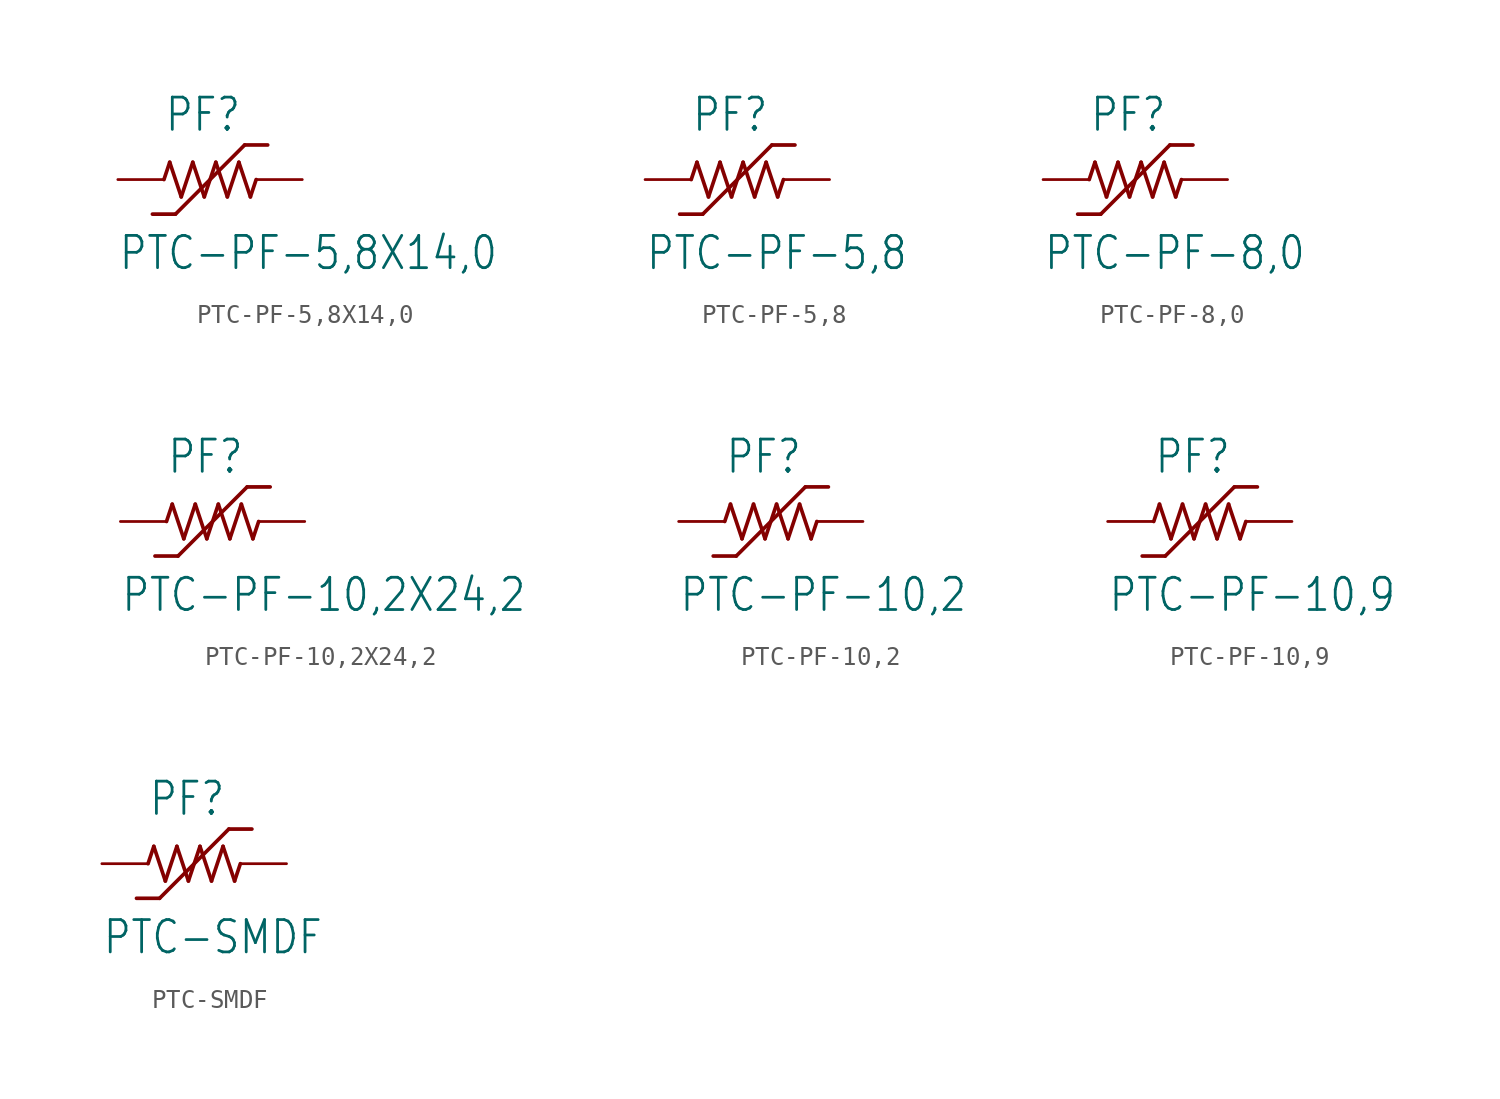
<source format=kicad_sym>
(kicad_symbol_lib
  (version 20211014)
  (generator kicad_symbol_editor)
  (symbol "PTC-PF-5,8X14,0"
    (property "Reference" "PF"
      (at -2.54 2.54 0)
      (effects (font (size 1.778 1.511)) (justify left bottom)))
    (property "Value" "PTC-PF-5,8X14,0"
      (at -5.08 -5.08 0)
      (effects (font (size 1.778 1.511)) (justify left bottom)))
    (property "ki_locked" ""
      (at 0 0 0)
      (effects (font (size 1.27 1.27))))
    (symbol "PTC-PF-5,8X14,0_1_0"
      (polyline (pts (xy -2.54 0) (xy -2.223 0.953)) (stroke (width 0.203) (type default) (color 0 0 0 0)) (fill (type none)))
      (polyline (pts (xy -2.223 0.953) (xy -1.587 -0.953)) (stroke (width 0.203) (type default) (color 0 0 0 0)) (fill (type none)))
      (polyline (pts (xy -1.905 -1.905) (xy -3.175 -1.905)) (stroke (width 0.203) (type default) (color 0 0 0 0)) (fill (type none)))
      (polyline (pts (xy -1.587 -0.953) (xy -0.953 0.953)) (stroke (width 0.203) (type default) (color 0 0 0 0)) (fill (type none)))
      (polyline (pts (xy -0.953 0.953) (xy -0.318 -0.953)) (stroke (width 0.203) (type default) (color 0 0 0 0)) (fill (type none)))
      (polyline (pts (xy -0.318 -0.953) (xy 0.318 0.953)) (stroke (width 0.203) (type default) (color 0 0 0 0)) (fill (type none)))
      (polyline (pts (xy 0.318 0.953) (xy 0.953 -0.953)) (stroke (width 0.203) (type default) (color 0 0 0 0)) (fill (type none)))
      (polyline (pts (xy 0.953 -0.953) (xy 1.587 0.953)) (stroke (width 0.203) (type default) (color 0 0 0 0)) (fill (type none)))
      (polyline (pts (xy 1.587 0.953) (xy 2.223 -0.953)) (stroke (width 0.203) (type default) (color 0 0 0 0)) (fill (type none)))
      (polyline (pts (xy 1.905 1.905) (xy -1.905 -1.905)) (stroke (width 0.203) (type default) (color 0 0 0 0)) (fill (type none)))
      (polyline (pts (xy 2.223 -0.953) (xy 2.54 0)) (stroke (width 0.203) (type default) (color 0 0 0 0)) (fill (type none)))
      (polyline (pts (xy 3.175 1.905) (xy 1.905 1.905)) (stroke (width 0.203) (type default) (color 0 0 0 0)) (fill (type none)))
      (pin passive line (at -5.08 0 0) (length 2.54) (name "1" (effects (font (size 0 0)))) (number "1" (effects (font (size 0 0)))))
      (pin passive line (at 5.08 0 180) (length 2.54) (name "2" (effects (font (size 0 0)))) (number "2" (effects (font (size 0 0)))))))
  (symbol "PTC-PF-5,8"
    (property "Reference" "PF"
      (at -2.54 2.54 0)
      (effects (font (size 1.778 1.511)) (justify left bottom)))
    (property "Value" "PTC-PF-5,8"
      (at -5.08 -5.08 0)
      (effects (font (size 1.778 1.511)) (justify left bottom)))
    (property "ki_locked" ""
      (at 0 0 0)
      (effects (font (size 1.27 1.27))))
    (symbol "PTC-PF-5,8_1_0"
      (polyline (pts (xy -2.54 0) (xy -2.223 0.953)) (stroke (width 0.203) (type default) (color 0 0 0 0)) (fill (type none)))
      (polyline (pts (xy -2.223 0.953) (xy -1.587 -0.953)) (stroke (width 0.203) (type default) (color 0 0 0 0)) (fill (type none)))
      (polyline (pts (xy -1.905 -1.905) (xy -3.175 -1.905)) (stroke (width 0.203) (type default) (color 0 0 0 0)) (fill (type none)))
      (polyline (pts (xy -1.587 -0.953) (xy -0.953 0.953)) (stroke (width 0.203) (type default) (color 0 0 0 0)) (fill (type none)))
      (polyline (pts (xy -0.953 0.953) (xy -0.318 -0.953)) (stroke (width 0.203) (type default) (color 0 0 0 0)) (fill (type none)))
      (polyline (pts (xy -0.318 -0.953) (xy 0.318 0.953)) (stroke (width 0.203) (type default) (color 0 0 0 0)) (fill (type none)))
      (polyline (pts (xy 0.318 0.953) (xy 0.953 -0.953)) (stroke (width 0.203) (type default) (color 0 0 0 0)) (fill (type none)))
      (polyline (pts (xy 0.953 -0.953) (xy 1.587 0.953)) (stroke (width 0.203) (type default) (color 0 0 0 0)) (fill (type none)))
      (polyline (pts (xy 1.587 0.953) (xy 2.223 -0.953)) (stroke (width 0.203) (type default) (color 0 0 0 0)) (fill (type none)))
      (polyline (pts (xy 1.905 1.905) (xy -1.905 -1.905)) (stroke (width 0.203) (type default) (color 0 0 0 0)) (fill (type none)))
      (polyline (pts (xy 2.223 -0.953) (xy 2.54 0)) (stroke (width 0.203) (type default) (color 0 0 0 0)) (fill (type none)))
      (polyline (pts (xy 3.175 1.905) (xy 1.905 1.905)) (stroke (width 0.203) (type default) (color 0 0 0 0)) (fill (type none)))
      (pin passive line (at -5.08 0 0) (length 2.54) (name "1" (effects (font (size 0 0)))) (number "1" (effects (font (size 0 0)))))
      (pin passive line (at 5.08 0 180) (length 2.54) (name "2" (effects (font (size 0 0)))) (number "2" (effects (font (size 0 0)))))))
  (symbol "PTC-PF-8,0"
    (property "Reference" "PF"
      (at -2.54 2.54 0)
      (effects (font (size 1.778 1.511)) (justify left bottom)))
    (property "Value" "PTC-PF-8,0"
      (at -5.08 -5.08 0)
      (effects (font (size 1.778 1.511)) (justify left bottom)))
    (property "ki_locked" ""
      (at 0 0 0)
      (effects (font (size 1.27 1.27))))
    (symbol "PTC-PF-8,0_1_0"
      (polyline (pts (xy -2.54 0) (xy -2.223 0.953)) (stroke (width 0.203) (type default) (color 0 0 0 0)) (fill (type none)))
      (polyline (pts (xy -2.223 0.953) (xy -1.587 -0.953)) (stroke (width 0.203) (type default) (color 0 0 0 0)) (fill (type none)))
      (polyline (pts (xy -1.905 -1.905) (xy -3.175 -1.905)) (stroke (width 0.203) (type default) (color 0 0 0 0)) (fill (type none)))
      (polyline (pts (xy -1.587 -0.953) (xy -0.953 0.953)) (stroke (width 0.203) (type default) (color 0 0 0 0)) (fill (type none)))
      (polyline (pts (xy -0.953 0.953) (xy -0.318 -0.953)) (stroke (width 0.203) (type default) (color 0 0 0 0)) (fill (type none)))
      (polyline (pts (xy -0.318 -0.953) (xy 0.318 0.953)) (stroke (width 0.203) (type default) (color 0 0 0 0)) (fill (type none)))
      (polyline (pts (xy 0.318 0.953) (xy 0.953 -0.953)) (stroke (width 0.203) (type default) (color 0 0 0 0)) (fill (type none)))
      (polyline (pts (xy 0.953 -0.953) (xy 1.587 0.953)) (stroke (width 0.203) (type default) (color 0 0 0 0)) (fill (type none)))
      (polyline (pts (xy 1.587 0.953) (xy 2.223 -0.953)) (stroke (width 0.203) (type default) (color 0 0 0 0)) (fill (type none)))
      (polyline (pts (xy 1.905 1.905) (xy -1.905 -1.905)) (stroke (width 0.203) (type default) (color 0 0 0 0)) (fill (type none)))
      (polyline (pts (xy 2.223 -0.953) (xy 2.54 0)) (stroke (width 0.203) (type default) (color 0 0 0 0)) (fill (type none)))
      (polyline (pts (xy 3.175 1.905) (xy 1.905 1.905)) (stroke (width 0.203) (type default) (color 0 0 0 0)) (fill (type none)))
      (pin passive line (at -5.08 0 0) (length 2.54) (name "1" (effects (font (size 0 0)))) (number "1" (effects (font (size 0 0)))))
      (pin passive line (at 5.08 0 180) (length 2.54) (name "2" (effects (font (size 0 0)))) (number "2" (effects (font (size 0 0)))))))
  (symbol "PTC-PF-10,2X24,2"
    (property "Reference" "PF"
      (at -2.54 2.54 0)
      (effects (font (size 1.778 1.511)) (justify left bottom)))
    (property "Value" "PTC-PF-10,2X24,2"
      (at -5.08 -5.08 0)
      (effects (font (size 1.778 1.511)) (justify left bottom)))
    (property "ki_locked" ""
      (at 0 0 0)
      (effects (font (size 1.27 1.27))))
    (symbol "PTC-PF-10,2X24,2_1_0"
      (polyline (pts (xy -2.54 0) (xy -2.223 0.953)) (stroke (width 0.203) (type default) (color 0 0 0 0)) (fill (type none)))
      (polyline (pts (xy -2.223 0.953) (xy -1.587 -0.953)) (stroke (width 0.203) (type default) (color 0 0 0 0)) (fill (type none)))
      (polyline (pts (xy -1.905 -1.905) (xy -3.175 -1.905)) (stroke (width 0.203) (type default) (color 0 0 0 0)) (fill (type none)))
      (polyline (pts (xy -1.587 -0.953) (xy -0.953 0.953)) (stroke (width 0.203) (type default) (color 0 0 0 0)) (fill (type none)))
      (polyline (pts (xy -0.953 0.953) (xy -0.318 -0.953)) (stroke (width 0.203) (type default) (color 0 0 0 0)) (fill (type none)))
      (polyline (pts (xy -0.318 -0.953) (xy 0.318 0.953)) (stroke (width 0.203) (type default) (color 0 0 0 0)) (fill (type none)))
      (polyline (pts (xy 0.318 0.953) (xy 0.953 -0.953)) (stroke (width 0.203) (type default) (color 0 0 0 0)) (fill (type none)))
      (polyline (pts (xy 0.953 -0.953) (xy 1.587 0.953)) (stroke (width 0.203) (type default) (color 0 0 0 0)) (fill (type none)))
      (polyline (pts (xy 1.587 0.953) (xy 2.223 -0.953)) (stroke (width 0.203) (type default) (color 0 0 0 0)) (fill (type none)))
      (polyline (pts (xy 1.905 1.905) (xy -1.905 -1.905)) (stroke (width 0.203) (type default) (color 0 0 0 0)) (fill (type none)))
      (polyline (pts (xy 2.223 -0.953) (xy 2.54 0)) (stroke (width 0.203) (type default) (color 0 0 0 0)) (fill (type none)))
      (polyline (pts (xy 3.175 1.905) (xy 1.905 1.905)) (stroke (width 0.203) (type default) (color 0 0 0 0)) (fill (type none)))
      (pin passive line (at -5.08 0 0) (length 2.54) (name "1" (effects (font (size 0 0)))) (number "1" (effects (font (size 0 0)))))
      (pin passive line (at 5.08 0 180) (length 2.54) (name "2" (effects (font (size 0 0)))) (number "2" (effects (font (size 0 0)))))))
  (symbol "PTC-PF-10,2"
    (property "Reference" "PF"
      (at -2.54 2.54 0)
      (effects (font (size 1.778 1.511)) (justify left bottom)))
    (property "Value" "PTC-PF-10,2"
      (at -5.08 -5.08 0)
      (effects (font (size 1.778 1.511)) (justify left bottom)))
    (property "ki_locked" ""
      (at 0 0 0)
      (effects (font (size 1.27 1.27))))
    (symbol "PTC-PF-10,2_1_0"
      (polyline (pts (xy -2.54 0) (xy -2.223 0.953)) (stroke (width 0.203) (type default) (color 0 0 0 0)) (fill (type none)))
      (polyline (pts (xy -2.223 0.953) (xy -1.587 -0.953)) (stroke (width 0.203) (type default) (color 0 0 0 0)) (fill (type none)))
      (polyline (pts (xy -1.905 -1.905) (xy -3.175 -1.905)) (stroke (width 0.203) (type default) (color 0 0 0 0)) (fill (type none)))
      (polyline (pts (xy -1.587 -0.953) (xy -0.953 0.953)) (stroke (width 0.203) (type default) (color 0 0 0 0)) (fill (type none)))
      (polyline (pts (xy -0.953 0.953) (xy -0.318 -0.953)) (stroke (width 0.203) (type default) (color 0 0 0 0)) (fill (type none)))
      (polyline (pts (xy -0.318 -0.953) (xy 0.318 0.953)) (stroke (width 0.203) (type default) (color 0 0 0 0)) (fill (type none)))
      (polyline (pts (xy 0.318 0.953) (xy 0.953 -0.953)) (stroke (width 0.203) (type default) (color 0 0 0 0)) (fill (type none)))
      (polyline (pts (xy 0.953 -0.953) (xy 1.587 0.953)) (stroke (width 0.203) (type default) (color 0 0 0 0)) (fill (type none)))
      (polyline (pts (xy 1.587 0.953) (xy 2.223 -0.953)) (stroke (width 0.203) (type default) (color 0 0 0 0)) (fill (type none)))
      (polyline (pts (xy 1.905 1.905) (xy -1.905 -1.905)) (stroke (width 0.203) (type default) (color 0 0 0 0)) (fill (type none)))
      (polyline (pts (xy 2.223 -0.953) (xy 2.54 0)) (stroke (width 0.203) (type default) (color 0 0 0 0)) (fill (type none)))
      (polyline (pts (xy 3.175 1.905) (xy 1.905 1.905)) (stroke (width 0.203) (type default) (color 0 0 0 0)) (fill (type none)))
      (pin passive line (at -5.08 0 0) (length 2.54) (name "1" (effects (font (size 0 0)))) (number "1" (effects (font (size 0 0)))))
      (pin passive line (at 5.08 0 180) (length 2.54) (name "2" (effects (font (size 0 0)))) (number "2" (effects (font (size 0 0)))))))
  (symbol "PTC-PF-10,9"
    (property "Reference" "PF"
      (at -2.54 2.54 0)
      (effects (font (size 1.778 1.511)) (justify left bottom)))
    (property "Value" "PTC-PF-10,9"
      (at -5.08 -5.08 0)
      (effects (font (size 1.778 1.511)) (justify left bottom)))
    (property "ki_locked" ""
      (at 0 0 0)
      (effects (font (size 1.27 1.27))))
    (symbol "PTC-PF-10,9_1_0"
      (polyline (pts (xy -2.54 0) (xy -2.223 0.953)) (stroke (width 0.203) (type default) (color 0 0 0 0)) (fill (type none)))
      (polyline (pts (xy -2.223 0.953) (xy -1.587 -0.953)) (stroke (width 0.203) (type default) (color 0 0 0 0)) (fill (type none)))
      (polyline (pts (xy -1.905 -1.905) (xy -3.175 -1.905)) (stroke (width 0.203) (type default) (color 0 0 0 0)) (fill (type none)))
      (polyline (pts (xy -1.587 -0.953) (xy -0.953 0.953)) (stroke (width 0.203) (type default) (color 0 0 0 0)) (fill (type none)))
      (polyline (pts (xy -0.953 0.953) (xy -0.318 -0.953)) (stroke (width 0.203) (type default) (color 0 0 0 0)) (fill (type none)))
      (polyline (pts (xy -0.318 -0.953) (xy 0.318 0.953)) (stroke (width 0.203) (type default) (color 0 0 0 0)) (fill (type none)))
      (polyline (pts (xy 0.318 0.953) (xy 0.953 -0.953)) (stroke (width 0.203) (type default) (color 0 0 0 0)) (fill (type none)))
      (polyline (pts (xy 0.953 -0.953) (xy 1.587 0.953)) (stroke (width 0.203) (type default) (color 0 0 0 0)) (fill (type none)))
      (polyline (pts (xy 1.587 0.953) (xy 2.223 -0.953)) (stroke (width 0.203) (type default) (color 0 0 0 0)) (fill (type none)))
      (polyline (pts (xy 1.905 1.905) (xy -1.905 -1.905)) (stroke (width 0.203) (type default) (color 0 0 0 0)) (fill (type none)))
      (polyline (pts (xy 2.223 -0.953) (xy 2.54 0)) (stroke (width 0.203) (type default) (color 0 0 0 0)) (fill (type none)))
      (polyline (pts (xy 3.175 1.905) (xy 1.905 1.905)) (stroke (width 0.203) (type default) (color 0 0 0 0)) (fill (type none)))
      (pin passive line (at -5.08 0 0) (length 2.54) (name "1" (effects (font (size 0 0)))) (number "1" (effects (font (size 0 0)))))
      (pin passive line (at 5.08 0 180) (length 2.54) (name "2" (effects (font (size 0 0)))) (number "2" (effects (font (size 0 0)))))))
  (symbol "PTC-SMDF"
    (property "Reference" "PF"
      (at -2.54 2.54 0)
      (effects (font (size 1.778 1.511)) (justify left bottom)))
    (property "Value" "PTC-SMDF"
      (at -5.08 -5.08 0)
      (effects (font (size 1.778 1.511)) (justify left bottom)))
    (property "ki_locked" ""
      (at 0 0 0)
      (effects (font (size 1.27 1.27))))
    (symbol "PTC-SMDF_1_0"
      (polyline (pts (xy -2.54 0) (xy -2.223 0.953)) (stroke (width 0.203) (type default) (color 0 0 0 0)) (fill (type none)))
      (polyline (pts (xy -2.223 0.953) (xy -1.587 -0.953)) (stroke (width 0.203) (type default) (color 0 0 0 0)) (fill (type none)))
      (polyline (pts (xy -1.905 -1.905) (xy -3.175 -1.905)) (stroke (width 0.203) (type default) (color 0 0 0 0)) (fill (type none)))
      (polyline (pts (xy -1.587 -0.953) (xy -0.953 0.953)) (stroke (width 0.203) (type default) (color 0 0 0 0)) (fill (type none)))
      (polyline (pts (xy -0.953 0.953) (xy -0.318 -0.953)) (stroke (width 0.203) (type default) (color 0 0 0 0)) (fill (type none)))
      (polyline (pts (xy -0.318 -0.953) (xy 0.318 0.953)) (stroke (width 0.203) (type default) (color 0 0 0 0)) (fill (type none)))
      (polyline (pts (xy 0.318 0.953) (xy 0.953 -0.953)) (stroke (width 0.203) (type default) (color 0 0 0 0)) (fill (type none)))
      (polyline (pts (xy 0.953 -0.953) (xy 1.587 0.953)) (stroke (width 0.203) (type default) (color 0 0 0 0)) (fill (type none)))
      (polyline (pts (xy 1.587 0.953) (xy 2.223 -0.953)) (stroke (width 0.203) (type default) (color 0 0 0 0)) (fill (type none)))
      (polyline (pts (xy 1.905 1.905) (xy -1.905 -1.905)) (stroke (width 0.203) (type default) (color 0 0 0 0)) (fill (type none)))
      (polyline (pts (xy 2.223 -0.953) (xy 2.54 0)) (stroke (width 0.203) (type default) (color 0 0 0 0)) (fill (type none)))
      (polyline (pts (xy 3.175 1.905) (xy 1.905 1.905)) (stroke (width 0.203) (type default) (color 0 0 0 0)) (fill (type none)))
      (pin passive line (at -5.08 0 0) (length 2.54) (name "1" (effects (font (size 0 0)))) (number "1" (effects (font (size 0 0)))))
      (pin passive line (at 5.08 0 180) (length 2.54) (name "2" (effects (font (size 0 0)))) (number "2" (effects (font (size 0 0))))))))
</source>
